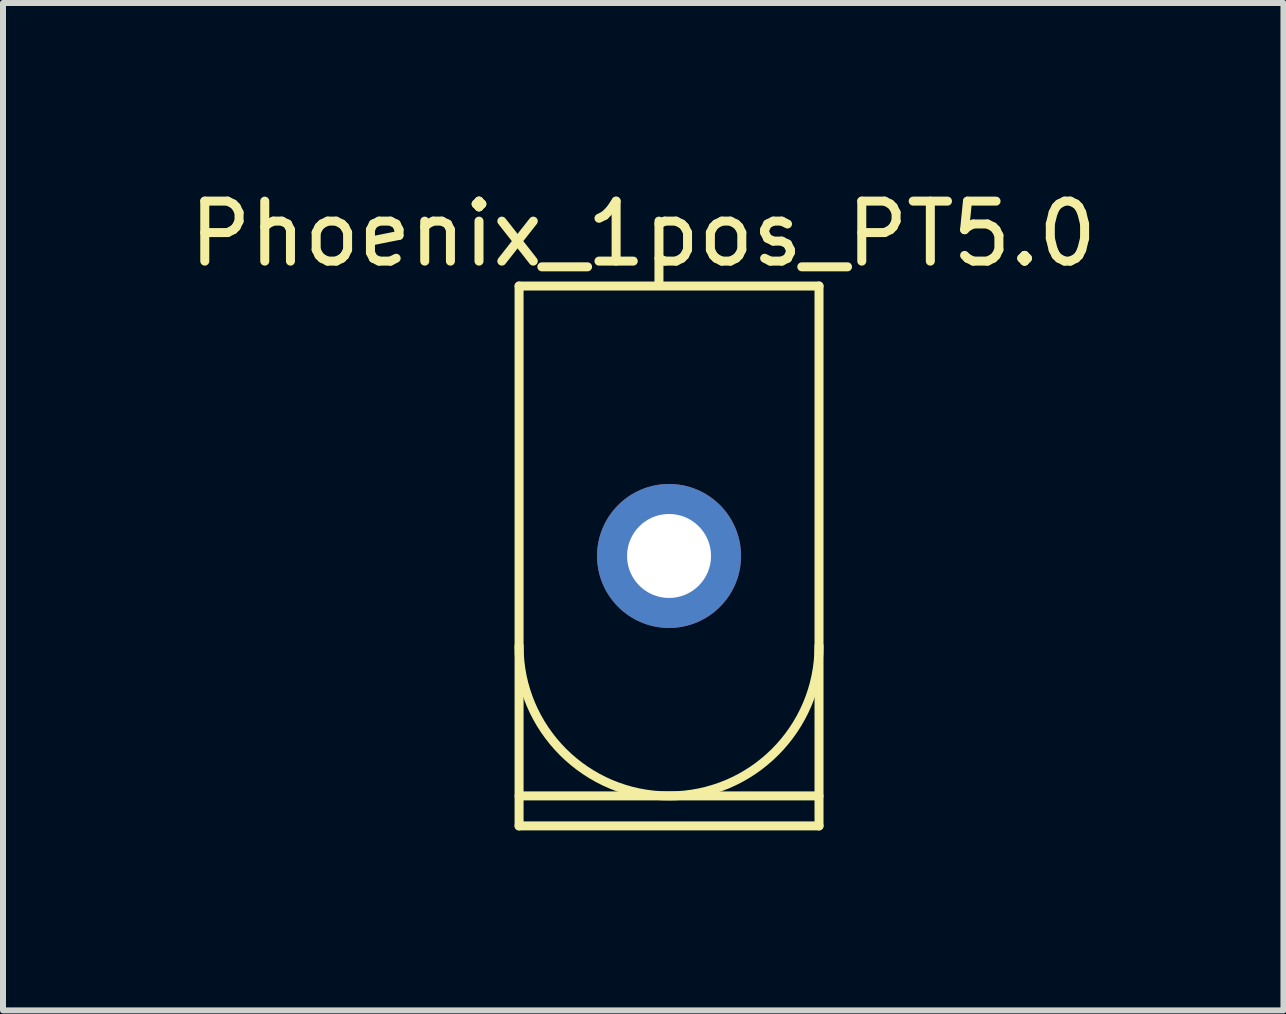
<source format=kicad_pcb>
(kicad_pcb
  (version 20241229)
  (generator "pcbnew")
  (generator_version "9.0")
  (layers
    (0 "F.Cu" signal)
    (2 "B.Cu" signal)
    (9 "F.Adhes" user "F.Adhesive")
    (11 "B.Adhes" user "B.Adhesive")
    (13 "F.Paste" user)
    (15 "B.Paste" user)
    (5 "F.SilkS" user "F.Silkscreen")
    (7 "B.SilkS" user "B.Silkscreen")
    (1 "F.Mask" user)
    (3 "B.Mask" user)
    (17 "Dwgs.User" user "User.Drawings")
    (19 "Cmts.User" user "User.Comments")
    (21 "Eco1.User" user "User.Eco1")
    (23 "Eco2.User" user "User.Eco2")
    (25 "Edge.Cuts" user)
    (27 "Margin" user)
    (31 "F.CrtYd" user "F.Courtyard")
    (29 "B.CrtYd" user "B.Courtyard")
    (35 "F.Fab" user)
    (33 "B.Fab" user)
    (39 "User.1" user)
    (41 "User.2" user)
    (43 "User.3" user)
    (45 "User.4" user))
  (footprint "Phoenix_1pos_PT5.0"
    (layer "F.Cu")
    (at 8.103 6.218)
    (property "Reference" "Phoenix_1pos_PT5.0" (at -0.43 -5.37 0) (layer "F.SilkS") (effects (font (size 1 1) (thickness 0.15))))
    (attr through_hole)
    (fp_line (start -2.5 -4.5) (end -2.5 4.5) (stroke (width 0.15) (type solid)) (layer "F.SilkS"))
    (fp_line (start -2.5 -4.5) (end 2.5 -4.5) (stroke (width 0.15) (type solid)) (layer "F.SilkS"))
    (fp_line (start -2.5 4) (end 2.5 4) (stroke (width 0.15) (type solid)) (layer "F.SilkS"))
    (fp_line (start 2.5 -4.5) (end 2.5 4.5) (stroke (width 0.15) (type solid)) (layer "F.SilkS"))
    (fp_line (start 2.5 4.5) (end -2.5 4.5) (stroke (width 0.15) (type solid)) (layer "F.SilkS"))
    (fp_arc (start 2.5 1.5) (mid 0 4) (end -2.5 1.5) (stroke (width 0.15) (type solid)) (layer "F.SilkS"))
    (pad "1" thru_hole circle (at 0 0) (size 2.4 2.4) (drill 1.4) (layers "*.Cu" "*.Mask")))
  (gr_rect
    (start -3 -3)
    (end 18.345 13.793)
    (stroke (width 0.1) (type default))
    (fill no)
    (layer "Edge.Cuts")))
</source>
